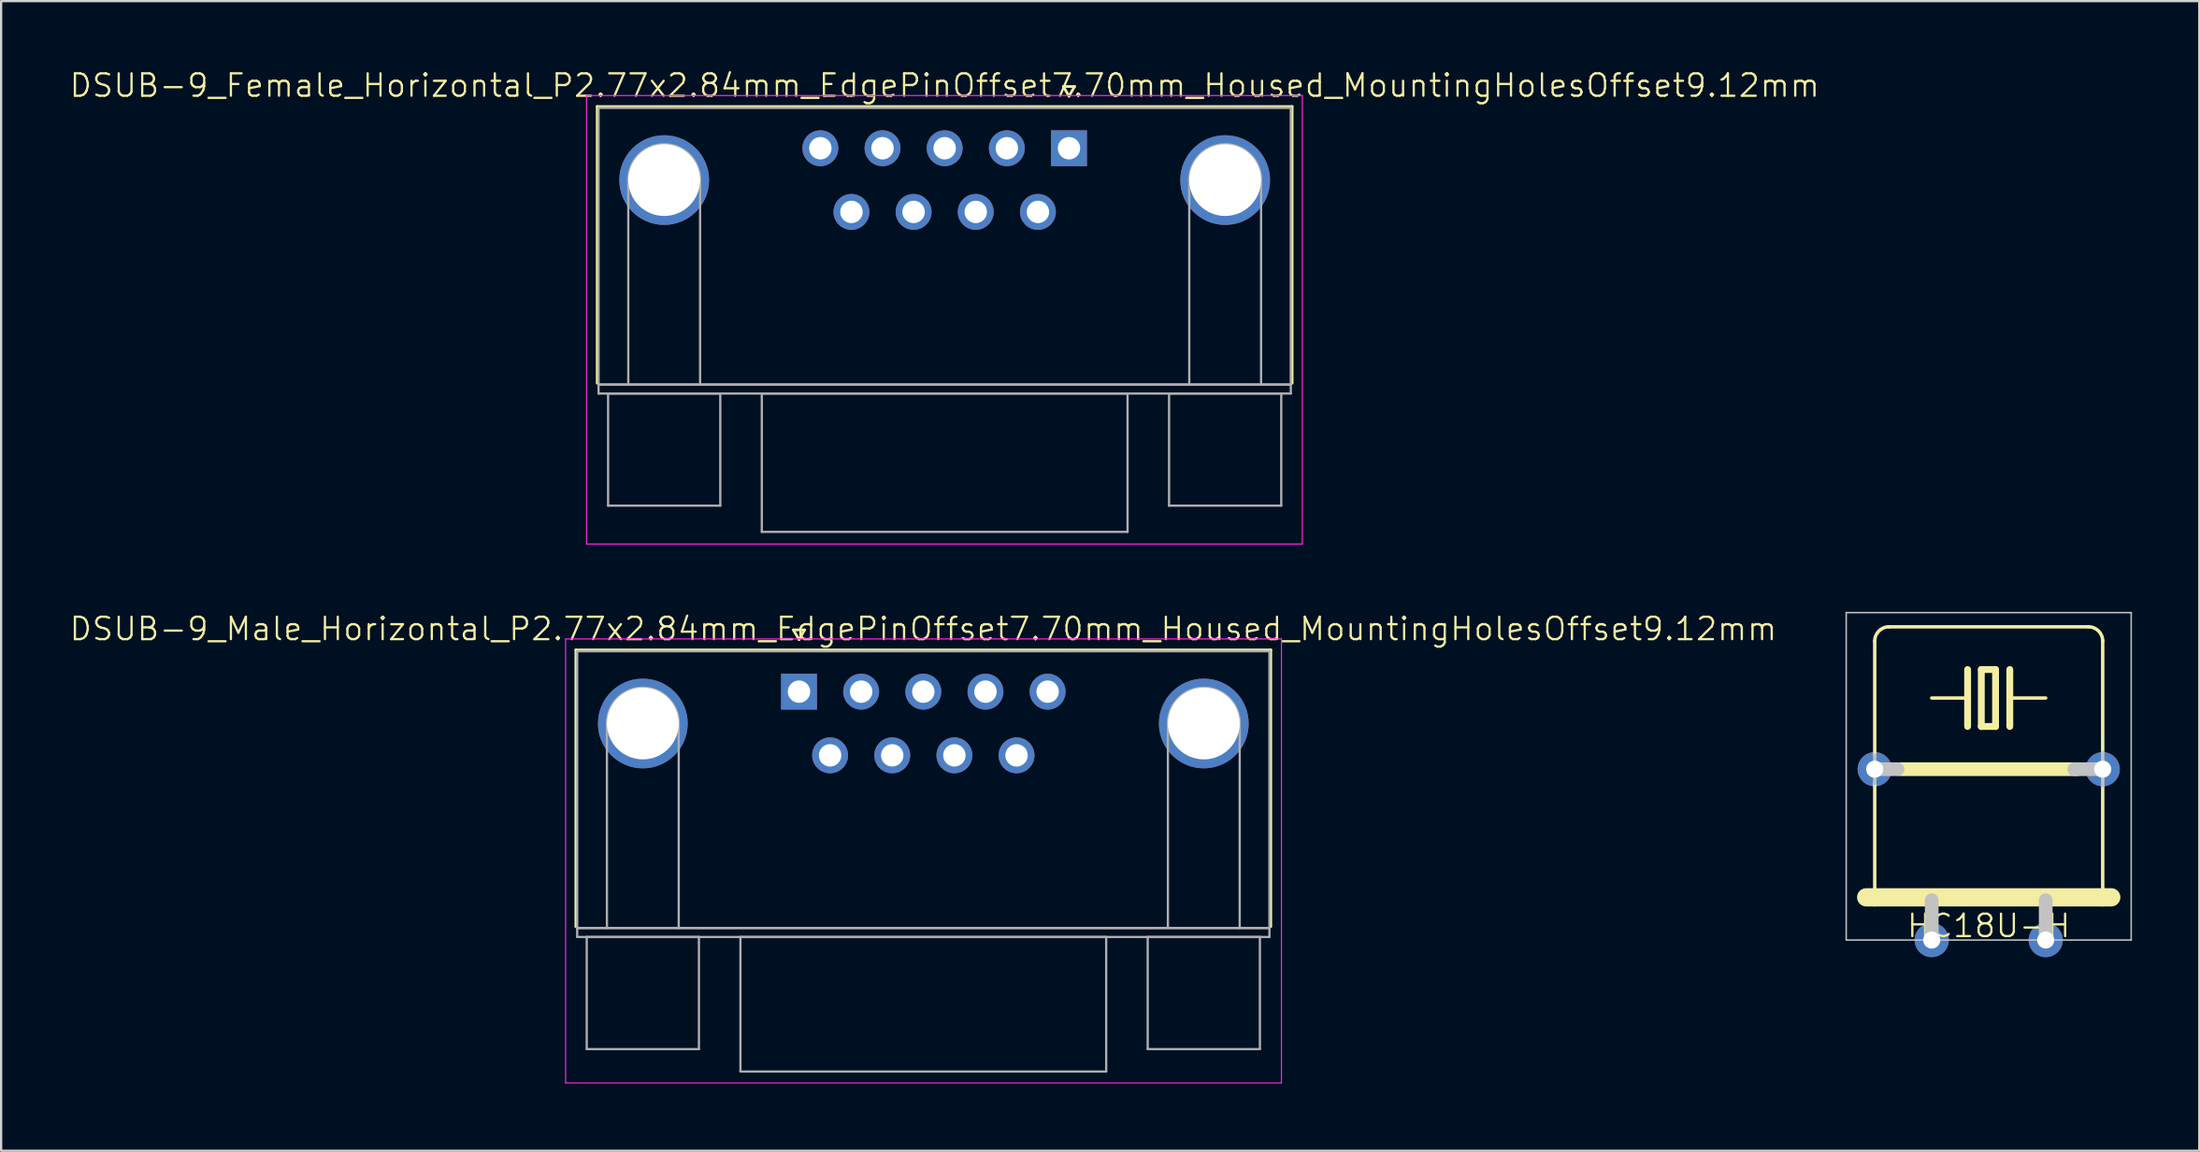
<source format=kicad_pcb>
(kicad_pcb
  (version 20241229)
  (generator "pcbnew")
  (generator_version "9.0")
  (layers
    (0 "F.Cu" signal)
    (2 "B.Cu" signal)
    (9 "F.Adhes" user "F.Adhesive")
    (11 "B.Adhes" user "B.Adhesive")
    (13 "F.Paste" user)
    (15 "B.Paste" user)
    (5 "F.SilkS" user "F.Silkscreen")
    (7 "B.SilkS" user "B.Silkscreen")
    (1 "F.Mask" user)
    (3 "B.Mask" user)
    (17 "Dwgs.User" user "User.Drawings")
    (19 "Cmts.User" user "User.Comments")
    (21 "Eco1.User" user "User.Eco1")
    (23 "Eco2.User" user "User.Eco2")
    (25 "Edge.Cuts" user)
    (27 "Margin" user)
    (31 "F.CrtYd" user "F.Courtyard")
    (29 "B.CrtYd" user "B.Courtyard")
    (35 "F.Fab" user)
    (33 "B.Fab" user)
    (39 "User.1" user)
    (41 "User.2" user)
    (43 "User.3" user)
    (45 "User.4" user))
  (footprint "HC18U-H"
    (layer "F.Cu")
    (at 85.578 35.064)
    (property "Reference" "HC18U-H" (at 0 3.175 0) (layer "F.SilkS") (effects (font (size 1 1) (thickness 0.1))))
    (attr exclude_from_pos_files exclude_from_bom)
    (fp_line (start -5.08 -4.445) (end -5.08 -9.525) (stroke (width 0.152) (type solid)) (layer "F.SilkS"))
    (fp_line (start -5.08 -3.175) (end -5.08 1.905) (stroke (width 0.152) (type solid)) (layer "F.SilkS"))
    (fp_line (start -5.08 1.905) (end -5.461 1.905) (stroke (width 0.813) (type solid)) (layer "F.SilkS"))
    (fp_line (start -3.937 -3.81) (end 3.937 -3.81) (stroke (width 0.61) (type solid)) (layer "F.SilkS"))
    (fp_line (start -0.94 -8.255) (end -0.94 -6.985) (stroke (width 0.305) (type solid)) (layer "F.SilkS"))
    (fp_line (start -0.94 -6.985) (end -2.54 -6.985) (stroke (width 0.152) (type solid)) (layer "F.SilkS"))
    (fp_line (start -0.94 -6.985) (end -0.94 -5.715) (stroke (width 0.305) (type solid)) (layer "F.SilkS"))
    (fp_line (start -0.33 -8.255) (end -0.33 -5.715) (stroke (width 0.305) (type solid)) (layer "F.SilkS"))
    (fp_line (start -0.33 -5.715) (end 0.305 -5.715) (stroke (width 0.305) (type solid)) (layer "F.SilkS"))
    (fp_line (start 0.305 -8.255) (end -0.33 -8.255) (stroke (width 0.305) (type solid)) (layer "F.SilkS"))
    (fp_line (start 0.305 -5.715) (end 0.305 -8.255) (stroke (width 0.305) (type solid)) (layer "F.SilkS"))
    (fp_line (start 0.94 -8.255) (end 0.94 -6.985) (stroke (width 0.305) (type solid)) (layer "F.SilkS"))
    (fp_line (start 0.94 -6.985) (end 0.94 -5.715) (stroke (width 0.305) (type solid)) (layer "F.SilkS"))
    (fp_line (start 0.94 -6.985) (end 2.54 -6.985) (stroke (width 0.152) (type solid)) (layer "F.SilkS"))
    (fp_line (start 4.445 -10.16) (end -4.445 -10.16) (stroke (width 0.152) (type solid)) (layer "F.SilkS"))
    (fp_line (start 5.08 -4.572) (end 5.08 -9.525) (stroke (width 0.152) (type solid)) (layer "F.SilkS"))
    (fp_line (start 5.08 -3.048) (end 5.08 1.905) (stroke (width 0.152) (type solid)) (layer "F.SilkS"))
    (fp_line (start 5.08 1.905) (end -5.08 1.905) (stroke (width 0.813) (type solid)) (layer "F.SilkS"))
    (fp_line (start 5.461 1.905) (end 5.08 1.905) (stroke (width 0.813) (type solid)) (layer "F.SilkS"))
    (fp_arc (start -5.08 -9.525) (mid -4.894013 -9.974013) (end -4.445 -10.16) (stroke (width 0.1524) (type solid)) (layer "F.SilkS"))
    (fp_arc (start 4.445 -10.16) (mid 4.894013 -9.974013) (end 5.08 -9.525) (stroke (width 0.1524) (type solid)) (layer "F.SilkS"))
    (fp_line (start -6.35 -10.795) (end 6.35 -10.795) (stroke (width 0.066) (type solid)) (layer "Dwgs.User"))
    (fp_line (start -6.35 3.81) (end -6.35 -10.795) (stroke (width 0.066) (type solid)) (layer "Dwgs.User"))
    (fp_line (start -6.35 3.81) (end 6.35 3.81) (stroke (width 0.066) (type solid)) (layer "Dwgs.User"))
    (fp_line (start -5.08 -4.445) (end -5.08 -3.175) (stroke (width 0.152) (type solid)) (layer "Dwgs.User"))
    (fp_line (start -4.064 -3.81) (end -5.08 -3.81) (stroke (width 0.61) (type solid)) (layer "Dwgs.User"))
    (fp_line (start -2.54 2.032) (end -2.54 3.81) (stroke (width 0.61) (type solid)) (layer "Dwgs.User"))
    (fp_line (start 2.54 2.032) (end 2.54 3.81) (stroke (width 0.61) (type solid)) (layer "Dwgs.User"))
    (fp_line (start 3.81 -3.81) (end 4.445 -3.81) (stroke (width 0.61) (type solid)) (layer "Dwgs.User"))
    (fp_line (start 4.572 -3.81) (end 5.08 -3.81) (stroke (width 0.61) (type solid)) (layer "Dwgs.User"))
    (fp_line (start 5.08 -3.81) (end 5.08 -4.572) (stroke (width 0.152) (type solid)) (layer "Dwgs.User"))
    (fp_line (start 5.08 -3.81) (end 5.08 -3.048) (stroke (width 0.152) (type solid)) (layer "Dwgs.User"))
    (fp_line (start 6.35 3.81) (end 6.35 -10.795) (stroke (width 0.066) (type solid)) (layer "Dwgs.User"))
    (pad "1" thru_hole circle (at 2.54 3.81) (size 1.524 1.524) (drill 0.762) (layers "*.Cu" "*.Paste" "*.Mask"))
    (pad "2" thru_hole circle (at -2.54 3.81) (size 1.524 1.524) (drill 0.762) (layers "*.Cu" "*.Paste" "*.Mask"))
    (pad "GND" thru_hole circle (at -5.08 -3.81) (size 1.524 1.524) (drill 0.762) (layers "*.Cu" "*.Paste" "*.Mask"))
    (pad "GND" thru_hole circle (at 5.08 -3.81) (size 1.524 1.524) (drill 0.762) (layers "*.Cu" "*.Paste" "*.Mask")))
  (footprint "DSUB-9_Male_Horizontal_P2.77x2.84mm_EdgePinOffset7.70mm_Housed_MountingHolesOffset9.12mm"
    (layer "F.Cu")
    (at 32.558 27.796)
    (property "Reference" "DSUB-9_Male_Horizontal_P2.77x2.84mm_EdgePinOffset7.70mm_Housed_MountingHolesOffset9.12mm" (at 5.54 -2.8 0) (layer "F.SilkS") (effects (font (size 1 1) (thickness 0.1))))
    (attr through_hole)
    (fp_line (start -9.945 -1.86) (end 21.025 -1.86) (stroke (width 0.12) (type solid)) (layer "F.SilkS"))
    (fp_line (start -9.945 10.48) (end -9.945 -1.86) (stroke (width 0.12) (type solid)) (layer "F.SilkS"))
    (fp_line (start -0.25 -2.754) (end 0.25 -2.754) (stroke (width 0.12) (type solid)) (layer "F.SilkS"))
    (fp_line (start 0 -2.321) (end -0.25 -2.754) (stroke (width 0.12) (type solid)) (layer "F.SilkS"))
    (fp_line (start 0.25 -2.754) (end 0 -2.321) (stroke (width 0.12) (type solid)) (layer "F.SilkS"))
    (fp_line (start 21.025 -1.86) (end 21.025 10.48) (stroke (width 0.12) (type solid)) (layer "F.SilkS"))
    (fp_line (start -10.4 -2.35) (end -10.4 17.45) (stroke (width 0.05) (type solid)) (layer "F.CrtYd"))
    (fp_line (start -10.4 17.45) (end 21.5 17.45) (stroke (width 0.05) (type solid)) (layer "F.CrtYd"))
    (fp_line (start 21.5 -2.35) (end -10.4 -2.35) (stroke (width 0.05) (type solid)) (layer "F.CrtYd"))
    (fp_line (start 21.5 17.45) (end 21.5 -2.35) (stroke (width 0.05) (type solid)) (layer "F.CrtYd"))
    (fp_line (start -9.885 -1.8) (end -9.885 10.54) (stroke (width 0.1) (type solid)) (layer "F.Fab"))
    (fp_line (start -9.885 10.54) (end -9.885 10.94) (stroke (width 0.1) (type solid)) (layer "F.Fab"))
    (fp_line (start -9.885 10.54) (end 20.965 10.54) (stroke (width 0.1) (type solid)) (layer "F.Fab"))
    (fp_line (start -9.885 10.94) (end 20.965 10.94) (stroke (width 0.1) (type solid)) (layer "F.Fab"))
    (fp_line (start -9.46 10.94) (end -9.46 15.94) (stroke (width 0.1) (type solid)) (layer "F.Fab"))
    (fp_line (start -9.46 15.94) (end -4.46 15.94) (stroke (width 0.1) (type solid)) (layer "F.Fab"))
    (fp_line (start -8.56 10.54) (end -8.56 1.42) (stroke (width 0.1) (type solid)) (layer "F.Fab"))
    (fp_line (start -5.36 10.54) (end -5.36 1.42) (stroke (width 0.1) (type solid)) (layer "F.Fab"))
    (fp_line (start -4.46 10.94) (end -9.46 10.94) (stroke (width 0.1) (type solid)) (layer "F.Fab"))
    (fp_line (start -4.46 15.94) (end -4.46 10.94) (stroke (width 0.1) (type solid)) (layer "F.Fab"))
    (fp_line (start -2.61 10.94) (end -2.61 16.94) (stroke (width 0.1) (type solid)) (layer "F.Fab"))
    (fp_line (start -2.61 16.94) (end 13.69 16.94) (stroke (width 0.1) (type solid)) (layer "F.Fab"))
    (fp_line (start 13.69 10.94) (end -2.61 10.94) (stroke (width 0.1) (type solid)) (layer "F.Fab"))
    (fp_line (start 13.69 16.94) (end 13.69 10.94) (stroke (width 0.1) (type solid)) (layer "F.Fab"))
    (fp_line (start 15.54 10.94) (end 15.54 15.94) (stroke (width 0.1) (type solid)) (layer "F.Fab"))
    (fp_line (start 15.54 15.94) (end 20.54 15.94) (stroke (width 0.1) (type solid)) (layer "F.Fab"))
    (fp_line (start 16.44 10.54) (end 16.44 1.42) (stroke (width 0.1) (type solid)) (layer "F.Fab"))
    (fp_line (start 19.64 10.54) (end 19.64 1.42) (stroke (width 0.1) (type solid)) (layer "F.Fab"))
    (fp_line (start 20.54 10.94) (end 15.54 10.94) (stroke (width 0.1) (type solid)) (layer "F.Fab"))
    (fp_line (start 20.54 15.94) (end 20.54 10.94) (stroke (width 0.1) (type solid)) (layer "F.Fab"))
    (fp_line (start 20.965 -1.8) (end -9.885 -1.8) (stroke (width 0.1) (type solid)) (layer "F.Fab"))
    (fp_line (start 20.965 10.54) (end -9.885 10.54) (stroke (width 0.1) (type solid)) (layer "F.Fab"))
    (fp_line (start 20.965 10.54) (end 20.965 -1.8) (stroke (width 0.1) (type solid)) (layer "F.Fab"))
    (fp_line (start 20.965 10.94) (end 20.965 10.54) (stroke (width 0.1) (type solid)) (layer "F.Fab"))
    (fp_arc (start -8.56 1.42) (mid -6.96 -0.18) (end -5.36 1.42) (stroke (width 0.1) (type solid)) (layer "F.Fab"))
    (fp_arc (start 16.44 1.42) (mid 18.04 -0.18) (end 19.64 1.42) (stroke (width 0.1) (type solid)) (layer "F.Fab"))
    (pad "0" thru_hole circle (at -6.96 1.42) (size 4 4) (drill 3.2) (layers "*.Cu" "*.Mask"))
    (pad "0" thru_hole circle (at 18.04 1.42) (size 4 4) (drill 3.2) (layers "*.Cu" "*.Mask"))
    (pad "1" thru_hole rect (at 0 0) (size 1.6 1.6) (drill 1) (layers "*.Cu" "*.Mask"))
    (pad "2" thru_hole circle (at 2.77 0) (size 1.6 1.6) (drill 1) (layers "*.Cu" "*.Mask"))
    (pad "3" thru_hole circle (at 5.54 0) (size 1.6 1.6) (drill 1) (layers "*.Cu" "*.Mask"))
    (pad "4" thru_hole circle (at 8.31 0) (size 1.6 1.6) (drill 1) (layers "*.Cu" "*.Mask"))
    (pad "5" thru_hole circle (at 11.08 0) (size 1.6 1.6) (drill 1) (layers "*.Cu" "*.Mask"))
    (pad "6" thru_hole circle (at 1.385 2.84) (size 1.6 1.6) (drill 1) (layers "*.Cu" "*.Mask"))
    (pad "7" thru_hole circle (at 4.155 2.84) (size 1.6 1.6) (drill 1) (layers "*.Cu" "*.Mask"))
    (pad "8" thru_hole circle (at 6.925 2.84) (size 1.6 1.6) (drill 1) (layers "*.Cu" "*.Mask"))
    (pad "9" thru_hole circle (at 9.695 2.84) (size 1.6 1.6) (drill 1) (layers "*.Cu" "*.Mask")))
  (footprint "DSUB-9_Female_Horizontal_P2.77x2.84mm_EdgePinOffset7.70mm_Housed_MountingHolesOffset9.12mm"
    (layer "F.Cu")
    (at 44.59 3.561)
    (property "Reference" "DSUB-9_Female_Horizontal_P2.77x2.84mm_EdgePinOffset7.70mm_Housed_MountingHolesOffset9.12mm" (at -5.54 -2.8 0) (layer "F.SilkS") (effects (font (size 1 1) (thickness 0.1))))
    (attr through_hole)
    (fp_line (start -21.025 -1.86) (end 9.945 -1.86) (stroke (width 0.12) (type solid)) (layer "F.SilkS"))
    (fp_line (start -21.025 10.48) (end -21.025 -1.86) (stroke (width 0.12) (type solid)) (layer "F.SilkS"))
    (fp_line (start -0.25 -2.754) (end 0.25 -2.754) (stroke (width 0.12) (type solid)) (layer "F.SilkS"))
    (fp_line (start 0 -2.321) (end -0.25 -2.754) (stroke (width 0.12) (type solid)) (layer "F.SilkS"))
    (fp_line (start 0.25 -2.754) (end 0 -2.321) (stroke (width 0.12) (type solid)) (layer "F.SilkS"))
    (fp_line (start 9.945 -1.86) (end 9.945 10.48) (stroke (width 0.12) (type solid)) (layer "F.SilkS"))
    (fp_line (start -21.5 -2.35) (end -21.5 17.65) (stroke (width 0.05) (type solid)) (layer "F.CrtYd"))
    (fp_line (start -21.5 17.65) (end 10.4 17.65) (stroke (width 0.05) (type solid)) (layer "F.CrtYd"))
    (fp_line (start 10.4 -2.35) (end -21.5 -2.35) (stroke (width 0.05) (type solid)) (layer "F.CrtYd"))
    (fp_line (start 10.4 17.65) (end 10.4 -2.35) (stroke (width 0.05) (type solid)) (layer "F.CrtYd"))
    (fp_line (start -20.965 -1.8) (end -20.965 10.54) (stroke (width 0.1) (type solid)) (layer "F.Fab"))
    (fp_line (start -20.965 10.54) (end -20.965 10.94) (stroke (width 0.1) (type solid)) (layer "F.Fab"))
    (fp_line (start -20.965 10.54) (end 9.885 10.54) (stroke (width 0.1) (type solid)) (layer "F.Fab"))
    (fp_line (start -20.965 10.94) (end 9.885 10.94) (stroke (width 0.1) (type solid)) (layer "F.Fab"))
    (fp_line (start -20.54 10.94) (end -20.54 15.94) (stroke (width 0.1) (type solid)) (layer "F.Fab"))
    (fp_line (start -20.54 15.94) (end -15.54 15.94) (stroke (width 0.1) (type solid)) (layer "F.Fab"))
    (fp_line (start -19.64 10.54) (end -19.64 1.42) (stroke (width 0.1) (type solid)) (layer "F.Fab"))
    (fp_line (start -16.44 10.54) (end -16.44 1.42) (stroke (width 0.1) (type solid)) (layer "F.Fab"))
    (fp_line (start -15.54 10.94) (end -20.54 10.94) (stroke (width 0.1) (type solid)) (layer "F.Fab"))
    (fp_line (start -15.54 15.94) (end -15.54 10.94) (stroke (width 0.1) (type solid)) (layer "F.Fab"))
    (fp_line (start -13.69 10.94) (end -13.69 17.11) (stroke (width 0.1) (type solid)) (layer "F.Fab"))
    (fp_line (start -13.69 17.11) (end 2.61 17.11) (stroke (width 0.1) (type solid)) (layer "F.Fab"))
    (fp_line (start 2.61 10.94) (end -13.69 10.94) (stroke (width 0.1) (type solid)) (layer "F.Fab"))
    (fp_line (start 2.61 17.11) (end 2.61 10.94) (stroke (width 0.1) (type solid)) (layer "F.Fab"))
    (fp_line (start 4.46 10.94) (end 4.46 15.94) (stroke (width 0.1) (type solid)) (layer "F.Fab"))
    (fp_line (start 4.46 15.94) (end 9.46 15.94) (stroke (width 0.1) (type solid)) (layer "F.Fab"))
    (fp_line (start 5.36 10.54) (end 5.36 1.42) (stroke (width 0.1) (type solid)) (layer "F.Fab"))
    (fp_line (start 8.56 10.54) (end 8.56 1.42) (stroke (width 0.1) (type solid)) (layer "F.Fab"))
    (fp_line (start 9.46 10.94) (end 4.46 10.94) (stroke (width 0.1) (type solid)) (layer "F.Fab"))
    (fp_line (start 9.46 15.94) (end 9.46 10.94) (stroke (width 0.1) (type solid)) (layer "F.Fab"))
    (fp_line (start 9.885 -1.8) (end -20.965 -1.8) (stroke (width 0.1) (type solid)) (layer "F.Fab"))
    (fp_line (start 9.885 10.54) (end -20.965 10.54) (stroke (width 0.1) (type solid)) (layer "F.Fab"))
    (fp_line (start 9.885 10.54) (end 9.885 -1.8) (stroke (width 0.1) (type solid)) (layer "F.Fab"))
    (fp_line (start 9.885 10.94) (end 9.885 10.54) (stroke (width 0.1) (type solid)) (layer "F.Fab"))
    (fp_arc (start -19.64 1.42) (mid -18.04 -0.18) (end -16.44 1.42) (stroke (width 0.1) (type solid)) (layer "F.Fab"))
    (fp_arc (start 5.36 1.42) (mid 6.96 -0.18) (end 8.56 1.42) (stroke (width 0.1) (type solid)) (layer "F.Fab"))
    (pad "0" thru_hole circle (at -18.04 1.42) (size 4 4) (drill 3.2) (layers "*.Cu" "*.Mask"))
    (pad "0" thru_hole circle (at 6.96 1.42) (size 4 4) (drill 3.2) (layers "*.Cu" "*.Mask"))
    (pad "1" thru_hole rect (at 0 0) (size 1.6 1.6) (drill 1) (layers "*.Cu" "*.Mask"))
    (pad "2" thru_hole circle (at -2.77 0) (size 1.6 1.6) (drill 1) (layers "*.Cu" "*.Mask"))
    (pad "3" thru_hole circle (at -5.54 0) (size 1.6 1.6) (drill 1) (layers "*.Cu" "*.Mask"))
    (pad "4" thru_hole circle (at -8.31 0) (size 1.6 1.6) (drill 1) (layers "*.Cu" "*.Mask"))
    (pad "5" thru_hole circle (at -11.08 0) (size 1.6 1.6) (drill 1) (layers "*.Cu" "*.Mask"))
    (pad "6" thru_hole circle (at -1.385 2.84) (size 1.6 1.6) (drill 1) (layers "*.Cu" "*.Mask"))
    (pad "7" thru_hole circle (at -4.155 2.84) (size 1.6 1.6) (drill 1) (layers "*.Cu" "*.Mask"))
    (pad "8" thru_hole circle (at -6.925 2.84) (size 1.6 1.6) (drill 1) (layers "*.Cu" "*.Mask"))
    (pad "9" thru_hole circle (at -9.695 2.84) (size 1.6 1.6) (drill 1) (layers "*.Cu" "*.Mask")))
  (gr_rect
    (start -3 -3)
    (end 94.961 48.271)
    (stroke (width 0.1) (type default))
    (fill no)
    (layer "Edge.Cuts")))
</source>
